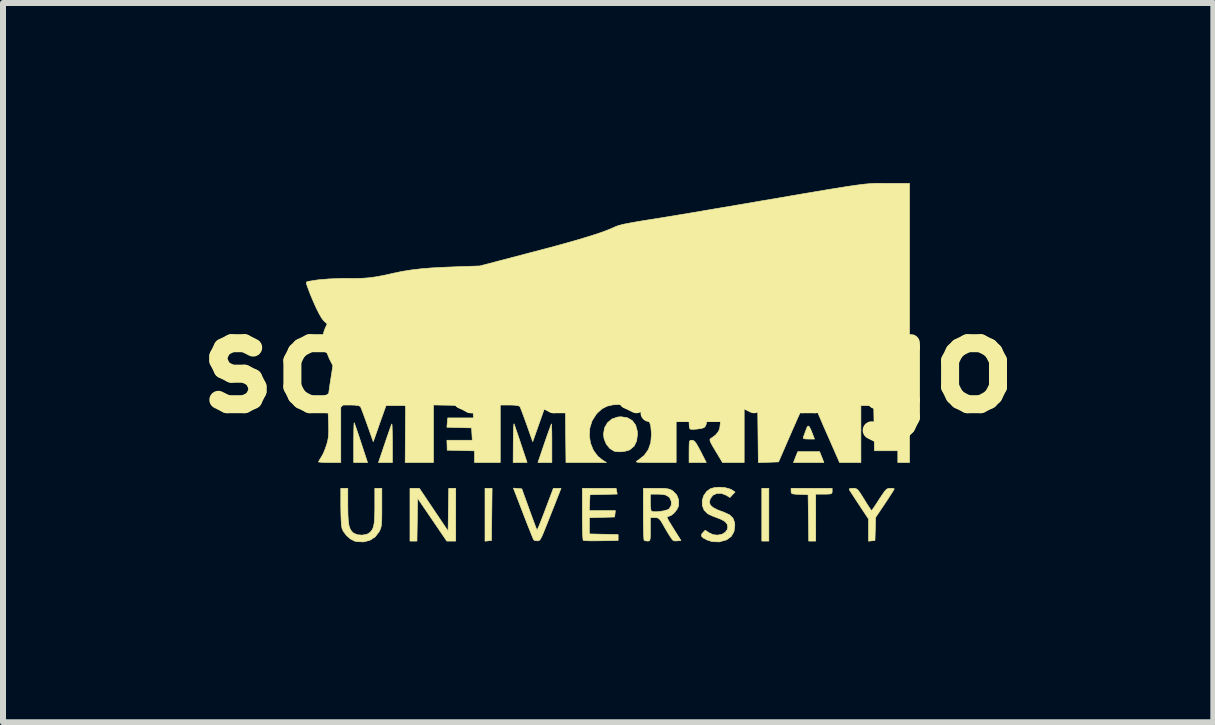
<source format=kicad_pcb>
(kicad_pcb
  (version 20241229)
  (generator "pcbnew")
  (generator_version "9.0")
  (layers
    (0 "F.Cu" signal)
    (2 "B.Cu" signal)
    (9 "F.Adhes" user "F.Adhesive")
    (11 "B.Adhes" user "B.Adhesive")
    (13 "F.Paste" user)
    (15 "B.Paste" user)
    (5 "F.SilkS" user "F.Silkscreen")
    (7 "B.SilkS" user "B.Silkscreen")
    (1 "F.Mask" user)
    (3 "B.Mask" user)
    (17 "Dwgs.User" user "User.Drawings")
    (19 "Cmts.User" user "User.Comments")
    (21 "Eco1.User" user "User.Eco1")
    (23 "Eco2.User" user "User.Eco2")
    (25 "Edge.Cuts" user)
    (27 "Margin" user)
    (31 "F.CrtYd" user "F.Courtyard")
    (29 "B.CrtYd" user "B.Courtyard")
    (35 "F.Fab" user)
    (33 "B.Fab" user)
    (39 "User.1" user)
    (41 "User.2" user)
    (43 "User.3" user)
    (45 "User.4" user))
  (footprint "school_logo"
    (layer "F.Cu")
    (at 7.083 2.995)
    (property "Reference" "school_logo" (at 0 0 0) (layer "F.SilkS") (effects (font (size 1.524 1.524) (thickness 0.3))))
    (attr through_hole)
    (fp_poly (pts (xy 2.677 2.97) (xy 2.56 2.97) (xy 2.56 2.091) (xy 2.677 2.091) (xy 2.677 2.97)) (stroke (width 0.01) (type solid)) (fill yes) (layer "F.SilkS"))
    (fp_poly (pts (xy -1.939 2.525) (xy -1.944 2.96) (xy -1.998 2.966) (xy -2.052 2.972) (xy -2.052 2.091) (xy -1.934 2.091) (xy -1.939 2.525)) (stroke (width 0.01) (type solid)) (fill yes) (layer "F.SilkS"))
    (fp_poly (pts (xy 3.559 1.57) (xy 3.594 1.661) (xy 3.088 1.661) (xy 3.123 1.57) (xy 3.159 1.48) (xy 3.523 1.48) (xy 3.559 1.57)) (stroke (width 0.01) (type solid)) (fill yes) (layer "F.SilkS"))
    (fp_poly (pts (xy -2.667 2.804) (xy -2.662 2.447) (xy -2.656 2.091) (xy -2.54 2.091) (xy -2.54 2.97) (xy -2.689 2.97) (xy -2.932 2.613) (xy -3.175 2.257) (xy -3.186 2.97) (xy -3.302 2.97) (xy -3.302 2.091) (xy -3.146 2.091) (xy -2.667 2.804)) (stroke (width 0.01) (type solid)) (fill yes) (layer "F.SilkS"))
    (fp_poly (pts (xy -4.224 1.018) (xy -4.205 1.07) (xy -4.179 1.146) (xy -4.147 1.241) (xy -4.117 1.333) (xy -4.009 1.661) (xy -4.24 1.661) (xy -4.24 1.325) (xy -4.239 1.217) (xy -4.238 1.123) (xy -4.236 1.052) (xy -4.234 1.009) (xy -4.232 0.998) (xy -4.224 1.018)) (stroke (width 0.01) (type solid)) (fill yes) (layer "F.SilkS"))
    (fp_poly (pts (xy -3.601 1.034) (xy -3.599 1.082) (xy -3.597 1.157) (xy -3.595 1.253) (xy -3.595 1.335) (xy -3.595 1.661) (xy -3.827 1.661) (xy -3.72 1.344) (xy -3.685 1.24) (xy -3.653 1.149) (xy -3.628 1.078) (xy -3.611 1.032) (xy -3.604 1.019) (xy -3.601 1.034)) (stroke (width 0.01) (type solid)) (fill yes) (layer "F.SilkS"))
    (fp_poly (pts (xy -1.558 1.044) (xy -1.539 1.102) (xy -1.511 1.183) (xy -1.478 1.28) (xy -1.454 1.353) (xy -1.351 1.661) (xy -1.583 1.661) (xy -1.581 1.324) (xy -1.58 1.216) (xy -1.578 1.127) (xy -1.575 1.06) (xy -1.571 1.022) (xy -1.568 1.016) (xy -1.558 1.044)) (stroke (width 0.01) (type solid)) (fill yes) (layer "F.SilkS"))
    (fp_poly (pts (xy -0.943 1.033) (xy -0.941 1.082) (xy -0.939 1.157) (xy -0.938 1.253) (xy -0.938 1.335) (xy -0.938 1.661) (xy -1.17 1.661) (xy -1.062 1.343) (xy -1.026 1.239) (xy -0.994 1.148) (xy -0.968 1.077) (xy -0.951 1.031) (xy -0.945 1.018) (xy -0.943 1.033)) (stroke (width 0.01) (type solid)) (fill yes) (layer "F.SilkS"))
    (fp_poly (pts (xy 1.42 1.294) (xy 1.444 1.313) (xy 1.471 1.35) (xy 1.507 1.413) (xy 1.54 1.475) (xy 1.635 1.661) (xy 1.348 1.661) (xy 1.348 1.475) (xy 1.349 1.389) (xy 1.351 1.335) (xy 1.357 1.305) (xy 1.369 1.292) (xy 1.389 1.29) (xy 1.396 1.29) (xy 1.42 1.294)) (stroke (width 0.01) (type solid)) (fill yes) (layer "F.SilkS"))
    (fp_poly (pts (xy 3.352 1.066) (xy 3.377 1.114) (xy 3.398 1.167) (xy 3.438 1.27) (xy 3.339 1.27) (xy 3.281 1.268) (xy 3.254 1.261) (xy 3.25 1.246) (xy 3.253 1.236) (xy 3.268 1.197) (xy 3.289 1.139) (xy 3.297 1.117) (xy 3.316 1.069) (xy 3.333 1.052) (xy 3.352 1.066)) (stroke (width 0.01) (type solid)) (fill yes) (layer "F.SilkS"))
    (fp_poly (pts (xy 1.545 0.908) (xy 1.606 0.935) (xy 1.636 0.978) (xy 1.635 1.02) (xy 1.615 1.062) (xy 1.593 1.082) (xy 1.547 1.094) (xy 1.487 1.103) (xy 1.427 1.108) (xy 1.38 1.107) (xy 1.363 1.102) (xy 1.354 1.076) (xy 1.349 1.024) (xy 1.348 0.993) (xy 1.348 0.899) (xy 1.453 0.899) (xy 1.545 0.908)) (stroke (width 0.01) (type solid)) (fill yes) (layer "F.SilkS"))
    (fp_poly (pts (xy 3.732 2.139) (xy 3.73 2.165) (xy 3.718 2.18) (xy 3.688 2.186) (xy 3.632 2.188) (xy 3.595 2.188) (xy 3.458 2.188) (xy 3.458 2.97) (xy 3.342 2.97) (xy 3.337 2.584) (xy 3.331 2.198) (xy 3.19 2.192) (xy 3.117 2.189) (xy 3.074 2.183) (xy 3.054 2.171) (xy 3.048 2.152) (xy 3.048 2.139) (xy 3.048 2.091) (xy 3.732 2.091) (xy 3.732 2.139)) (stroke (width 0.01) (type solid)) (fill yes) (layer "F.SilkS"))
    (fp_poly (pts (xy 0.319 0.915) (xy 0.4 0.961) (xy 0.457 1.036) (xy 0.485 1.137) (xy 0.488 1.192) (xy 0.474 1.302) (xy 0.432 1.388) (xy 0.363 1.447) (xy 0.342 1.457) (xy 0.27 1.476) (xy 0.187 1.483) (xy 0.114 1.476) (xy 0.098 1.471) (xy 0.026 1.426) (xy -0.032 1.353) (xy -0.068 1.265) (xy -0.078 1.191) (xy -0.061 1.085) (xy -0.012 0.999) (xy 0.063 0.936) (xy 0.16 0.903) (xy 0.214 0.899) (xy 0.319 0.915)) (stroke (width 0.01) (type solid)) (fill yes) (layer "F.SilkS"))
    (fp_poly (pts (xy 0.141 2.139) (xy 0.151 2.187) (xy -0.076 2.193) (xy -0.303 2.198) (xy -0.309 2.33) (xy -0.314 2.462) (xy 0.12 2.462) (xy 0.114 2.516) (xy 0.107 2.569) (xy -0.103 2.575) (xy -0.313 2.58) (xy -0.313 2.851) (xy 0.166 2.862) (xy 0.166 2.96) (xy -0.118 2.965) (xy -0.22 2.966) (xy -0.308 2.966) (xy -0.374 2.963) (xy -0.411 2.959) (xy -0.416 2.957) (xy -0.42 2.935) (xy -0.424 2.879) (xy -0.427 2.795) (xy -0.429 2.69) (xy -0.43 2.57) (xy -0.43 2.517) (xy -0.43 2.091) (xy 0.132 2.091) (xy 0.141 2.139)) (stroke (width 0.01) (type solid)) (fill yes) (layer "F.SilkS"))
    (fp_poly (pts (xy -1.439 2.1) (xy -1.316 2.44) (xy -1.277 2.548) (xy -1.242 2.642) (xy -1.214 2.718) (xy -1.194 2.768) (xy -1.186 2.787) (xy -1.177 2.772) (xy -1.156 2.726) (xy -1.127 2.654) (xy -1.091 2.562) (xy -1.05 2.455) (xy -1.046 2.443) (xy -0.913 2.091) (xy -0.785 2.091) (xy -0.898 2.379) (xy -0.962 2.539) (xy -1.012 2.667) (xy -1.052 2.766) (xy -1.082 2.84) (xy -1.105 2.893) (xy -1.123 2.928) (xy -1.137 2.949) (xy -1.149 2.96) (xy -1.16 2.964) (xy -1.173 2.966) (xy -1.178 2.966) (xy -1.22 2.963) (xy -1.241 2.949) (xy -1.252 2.925) (xy -1.275 2.87) (xy -1.307 2.789) (xy -1.347 2.689) (xy -1.392 2.573) (xy -1.417 2.507) (xy -1.579 2.088) (xy -1.439 2.1)) (stroke (width 0.01) (type solid)) (fill yes) (layer "F.SilkS"))
    (fp_poly (pts (xy 4.745 2.093) (xy 4.767 2.1) (xy 4.767 2.101) (xy 4.757 2.12) (xy 4.729 2.165) (xy 4.686 2.231) (xy 4.634 2.311) (xy 4.612 2.344) (xy 4.456 2.576) (xy 4.451 2.768) (xy 4.445 2.96) (xy 4.391 2.966) (xy 4.338 2.972) (xy 4.338 2.602) (xy 4.185 2.371) (xy 4.129 2.286) (xy 4.08 2.211) (xy 4.043 2.153) (xy 4.021 2.12) (xy 4.018 2.115) (xy 4.019 2.098) (xy 4.052 2.091) (xy 4.078 2.091) (xy 4.111 2.092) (xy 4.137 2.1) (xy 4.162 2.12) (xy 4.191 2.158) (xy 4.231 2.22) (xy 4.266 2.276) (xy 4.312 2.351) (xy 4.351 2.411) (xy 4.378 2.45) (xy 4.388 2.462) (xy 4.401 2.446) (xy 4.431 2.405) (xy 4.472 2.343) (xy 4.515 2.276) (xy 4.568 2.196) (xy 4.606 2.142) (xy 4.634 2.111) (xy 4.659 2.096) (xy 4.687 2.091) (xy 4.701 2.091) (xy 4.745 2.093)) (stroke (width 0.01) (type solid)) (fill yes) (layer "F.SilkS"))
    (fp_poly (pts (xy -4.338 2.384) (xy -4.336 2.524) (xy -4.33 2.63) (xy -4.319 2.709) (xy -4.3 2.766) (xy -4.274 2.808) (xy -4.239 2.84) (xy -4.238 2.84) (xy -4.176 2.865) (xy -4.099 2.871) (xy -4.026 2.859) (xy -3.99 2.842) (xy -3.954 2.812) (xy -3.927 2.775) (xy -3.909 2.727) (xy -3.897 2.66) (xy -3.891 2.569) (xy -3.888 2.447) (xy -3.888 2.394) (xy -3.888 2.091) (xy -3.771 2.091) (xy -3.771 2.41) (xy -3.771 2.53) (xy -3.773 2.619) (xy -3.777 2.683) (xy -3.783 2.73) (xy -3.794 2.767) (xy -3.809 2.8) (xy -3.816 2.814) (xy -3.882 2.9) (xy -3.97 2.957) (xy -4.075 2.984) (xy -4.189 2.979) (xy -4.228 2.969) (xy -4.297 2.933) (xy -4.364 2.873) (xy -4.416 2.802) (xy -4.435 2.756) (xy -4.442 2.712) (xy -4.448 2.638) (xy -4.452 2.543) (xy -4.454 2.435) (xy -4.455 2.389) (xy -4.455 2.091) (xy -4.338 2.091) (xy -4.338 2.384)) (stroke (width 0.01) (type solid)) (fill yes) (layer "F.SilkS"))
    (fp_poly (pts (xy 1.952 2.081) (xy 2.031 2.103) (xy 2.06 2.117) (xy 2.114 2.153) (xy 2.028 2.244) (xy 1.967 2.206) (xy 1.887 2.175) (xy 1.81 2.176) (xy 1.745 2.206) (xy 1.701 2.264) (xy 1.7 2.267) (xy 1.687 2.322) (xy 1.701 2.369) (xy 1.745 2.41) (xy 1.821 2.45) (xy 1.929 2.49) (xy 2.021 2.532) (xy 2.079 2.588) (xy 2.107 2.663) (xy 2.11 2.71) (xy 2.096 2.813) (xy 2.052 2.891) (xy 1.977 2.947) (xy 1.967 2.951) (xy 1.85 2.984) (xy 1.731 2.979) (xy 1.649 2.952) (xy 1.584 2.918) (xy 1.554 2.887) (xy 1.557 2.855) (xy 1.578 2.829) (xy 1.618 2.789) (xy 1.677 2.83) (xy 1.747 2.863) (xy 1.822 2.871) (xy 1.893 2.858) (xy 1.951 2.824) (xy 1.986 2.775) (xy 1.993 2.737) (xy 1.982 2.686) (xy 1.946 2.644) (xy 1.88 2.607) (xy 1.813 2.581) (xy 1.744 2.555) (xy 1.683 2.527) (xy 1.656 2.512) (xy 1.598 2.453) (xy 1.569 2.378) (xy 1.567 2.295) (xy 1.592 2.214) (xy 1.642 2.143) (xy 1.702 2.099) (xy 1.771 2.079) (xy 1.86 2.073) (xy 1.952 2.081)) (stroke (width 0.01) (type solid)) (fill yes) (layer "F.SilkS"))
    (fp_poly (pts (xy 0.895 2.091) (xy 0.962 2.095) (xy 1.009 2.103) (xy 1.045 2.116) (xy 1.077 2.135) (xy 1.142 2.201) (xy 1.175 2.284) (xy 1.174 2.376) (xy 1.171 2.39) (xy 1.144 2.446) (xy 1.1 2.501) (xy 1.05 2.542) (xy 1.005 2.559) (xy 1.003 2.56) (xy 0.987 2.562) (xy 0.982 2.572) (xy 0.989 2.594) (xy 1.01 2.635) (xy 1.049 2.698) (xy 1.102 2.784) (xy 1.213 2.96) (xy 1.162 2.966) (xy 1.114 2.968) (xy 1.086 2.963) (xy 1.067 2.943) (xy 1.034 2.896) (xy 0.992 2.83) (xy 0.955 2.767) (xy 0.909 2.685) (xy 0.876 2.631) (xy 0.85 2.6) (xy 0.826 2.585) (xy 0.799 2.58) (xy 0.777 2.579) (xy 0.703 2.579) (xy 0.703 2.774) (xy 0.703 2.863) (xy 0.701 2.92) (xy 0.695 2.952) (xy 0.684 2.966) (xy 0.666 2.97) (xy 0.658 2.97) (xy 0.617 2.965) (xy 0.599 2.957) (xy 0.595 2.934) (xy 0.592 2.878) (xy 0.589 2.795) (xy 0.587 2.69) (xy 0.586 2.57) (xy 0.586 2.517) (xy 0.586 2.188) (xy 0.703 2.188) (xy 0.703 2.322) (xy 0.705 2.391) (xy 0.711 2.444) (xy 0.718 2.47) (xy 0.75 2.481) (xy 0.807 2.482) (xy 0.875 2.475) (xy 0.942 2.463) (xy 0.995 2.446) (xy 1.015 2.434) (xy 1.05 2.378) (xy 1.054 2.314) (xy 1.028 2.253) (xy 1.004 2.229) (xy 0.961 2.204) (xy 0.906 2.192) (xy 0.828 2.188) (xy 0.703 2.188) (xy 0.586 2.188) (xy 0.586 2.091) (xy 0.798 2.091) (xy 0.895 2.091)) (stroke (width 0.01) (type solid)) (fill yes) (layer "F.SilkS"))
    (fp_poly (pts (xy 4.553 -2.99) (xy 4.604 -2.989) (xy 4.647 -2.989) (xy 5.021 -2.989) (xy 5.021 1.661) (xy 4.826 1.661) (xy 4.826 1.465) (xy 4.436 1.465) (xy 4.431 1.089) (xy 4.425 0.713) (xy 4.211 0.713) (xy 4.211 1.661) (xy 4.033 1.661) (xy 3.855 1.661) (xy 3.746 1.412) (xy 3.694 1.293) (xy 3.636 1.162) (xy 3.58 1.034) (xy 3.539 0.938) (xy 3.442 0.713) (xy 3.353 0.707) (xy 3.292 0.707) (xy 3.257 0.72) (xy 3.243 0.737) (xy 3.229 0.764) (xy 3.203 0.822) (xy 3.165 0.904) (xy 3.12 1.007) (xy 3.068 1.124) (xy 3.03 1.211) (xy 2.839 1.651) (xy 2.67 1.657) (xy 2.502 1.662) (xy 2.491 0.713) (xy 2.266 0.701) (xy 2.266 1.661) (xy 1.905 1.661) (xy 1.791 1.471) (xy 1.741 1.388) (xy 1.711 1.332) (xy 1.697 1.296) (xy 1.696 1.275) (xy 1.707 1.262) (xy 1.71 1.261) (xy 1.788 1.205) (xy 1.836 1.147) (xy 1.858 1.095) (xy 1.871 0.992) (xy 1.849 0.895) (xy 1.797 0.813) (xy 1.719 0.751) (xy 1.652 0.725) (xy 1.596 0.716) (xy 1.513 0.709) (xy 1.417 0.704) (xy 1.349 0.703) (xy 1.133 0.703) (xy 1.133 1.661) (xy 0.786 1.661) (xy 0.663 1.661) (xy 0.574 1.66) (xy 0.515 1.658) (xy 0.481 1.655) (xy 0.469 1.649) (xy 0.474 1.64) (xy 0.491 1.628) (xy 0.498 1.624) (xy 0.601 1.543) (xy 0.67 1.446) (xy 0.71 1.328) (xy 0.722 1.188) (xy 0.709 1.044) (xy 0.666 0.926) (xy 0.594 0.83) (xy 0.488 0.751) (xy 0.467 0.739) (xy 0.416 0.716) (xy 0.364 0.702) (xy 0.297 0.696) (xy 0.205 0.694) (xy 0.079 0.7) (xy -0.019 0.723) (xy -0.101 0.765) (xy -0.175 0.831) (xy -0.2 0.859) (xy -0.268 0.966) (xy -0.306 1.087) (xy -0.314 1.214) (xy -0.294 1.34) (xy -0.247 1.457) (xy -0.173 1.557) (xy -0.089 1.624) (xy -0.029 1.661) (xy -0.366 1.661) (xy -0.703 1.661) (xy -0.708 1.187) (xy -0.713 0.713) (xy -1.045 0.713) (xy -1.257 1.314) (xy -1.356 1.033) (xy -1.392 0.933) (xy -1.424 0.846) (xy -1.45 0.778) (xy -1.467 0.736) (xy -1.471 0.728) (xy -1.502 0.713) (xy -1.57 0.705) (xy -1.642 0.703) (xy -1.798 0.703) (xy -1.798 1.661) (xy -2.227 1.661) (xy -2.227 1.467) (xy -2.455 1.461) (xy -2.682 1.456) (xy -2.684 1.373) (xy -2.687 1.29) (xy -2.475 1.29) (xy -2.264 1.29) (xy -2.27 1.187) (xy -2.276 1.084) (xy -2.482 1.079) (xy -2.687 1.073) (xy -2.68 0.996) (xy -2.673 0.918) (xy -2.245 0.918) (xy -2.251 0.816) (xy -2.257 0.713) (xy -2.584 0.708) (xy -2.911 0.702) (xy -2.911 1.661) (xy -3.382 1.661) (xy -3.379 1.187) (xy -3.376 0.713) (xy -3.701 0.713) (xy -3.733 0.801) (xy -3.752 0.856) (xy -3.781 0.936) (xy -3.814 1.029) (xy -3.839 1.102) (xy -3.914 1.314) (xy -4.013 1.033) (xy -4.049 0.934) (xy -4.081 0.846) (xy -4.107 0.778) (xy -4.124 0.736) (xy -4.129 0.728) (xy -4.159 0.713) (xy -4.227 0.705) (xy -4.3 0.703) (xy -4.455 0.703) (xy -4.455 1.661) (xy -4.64 1.661) (xy -4.72 1.66) (xy -4.783 1.657) (xy -4.82 1.653) (xy -4.826 1.651) (xy -4.816 1.63) (xy -4.791 1.588) (xy -4.777 1.566) (xy -4.745 1.508) (xy -4.713 1.429) (xy -4.688 1.356) (xy -4.673 1.299) (xy -4.663 1.246) (xy -4.658 1.188) (xy -4.656 1.116) (xy -4.658 1.021) (xy -4.662 0.917) (xy -4.667 0.785) (xy -4.667 0.678) (xy -4.663 0.583) (xy -4.653 0.484) (xy -4.637 0.369) (xy -4.631 0.33) (xy -4.587 0.047) (xy -4.646 -0.069) (xy -4.683 -0.161) (xy -4.715 -0.27) (xy -4.729 -0.338) (xy -4.741 -0.417) (xy -4.744 -0.472) (xy -4.738 -0.514) (xy -4.723 -0.556) (xy -4.718 -0.569) (xy -4.682 -0.648) (xy -4.742 -0.703) (xy -4.774 -0.746) (xy -4.816 -0.818) (xy -4.864 -0.913) (xy -4.914 -1.025) (xy -4.965 -1.146) (xy -5.011 -1.27) (xy -5.013 -1.275) (xy -5.028 -1.322) (xy -5.027 -1.345) (xy -5.006 -1.355) (xy -4.996 -1.357) (xy -4.837 -1.382) (xy -4.649 -1.398) (xy -4.442 -1.406) (xy -4.332 -1.406) (xy -4.193 -1.405) (xy -4.073 -1.41) (xy -3.962 -1.419) (xy -3.848 -1.436) (xy -3.719 -1.461) (xy -3.564 -1.496) (xy -3.563 -1.496) (xy -3.427 -1.524) (xy -3.283 -1.547) (xy -3.124 -1.566) (xy -2.944 -1.581) (xy -2.736 -1.592) (xy -2.54 -1.6) (xy -2.139 -1.614) (xy -1.261 -1.844) (xy -0.983 -1.917) (xy -0.741 -1.983) (xy -0.532 -2.042) (xy -0.353 -2.096) (xy -0.202 -2.143) (xy -0.077 -2.186) (xy 0.026 -2.226) (xy 0.108 -2.262) (xy 0.124 -2.27) (xy 0.175 -2.288) (xy 0.261 -2.31) (xy 0.381 -2.333) (xy 0.53 -2.359) (xy 0.623 -2.374) (xy 0.736 -2.392) (xy 0.881 -2.415) (xy 1.051 -2.443) (xy 1.238 -2.474) (xy 1.437 -2.507) (xy 1.64 -2.542) (xy 1.841 -2.576) (xy 1.905 -2.587) (xy 2.254 -2.646) (xy 2.567 -2.7) (xy 2.846 -2.747) (xy 3.093 -2.79) (xy 3.311 -2.827) (xy 3.502 -2.859) (xy 3.668 -2.887) (xy 3.811 -2.91) (xy 3.934 -2.93) (xy 4.039 -2.946) (xy 4.129 -2.959) (xy 4.205 -2.969) (xy 4.269 -2.977) (xy 4.326 -2.982) (xy 4.375 -2.986) (xy 4.42 -2.988) (xy 4.463 -2.99) (xy 4.507 -2.99) (xy 4.553 -2.99)) (stroke (width 0.01) (type solid)) (fill yes) (layer "F.SilkS")))
  (gr_rect
    (start -3 -3)
    (end 17.166 8.984)
    (stroke (width 0.1) (type default))
    (fill no)
    (layer "Edge.Cuts")))
</source>
